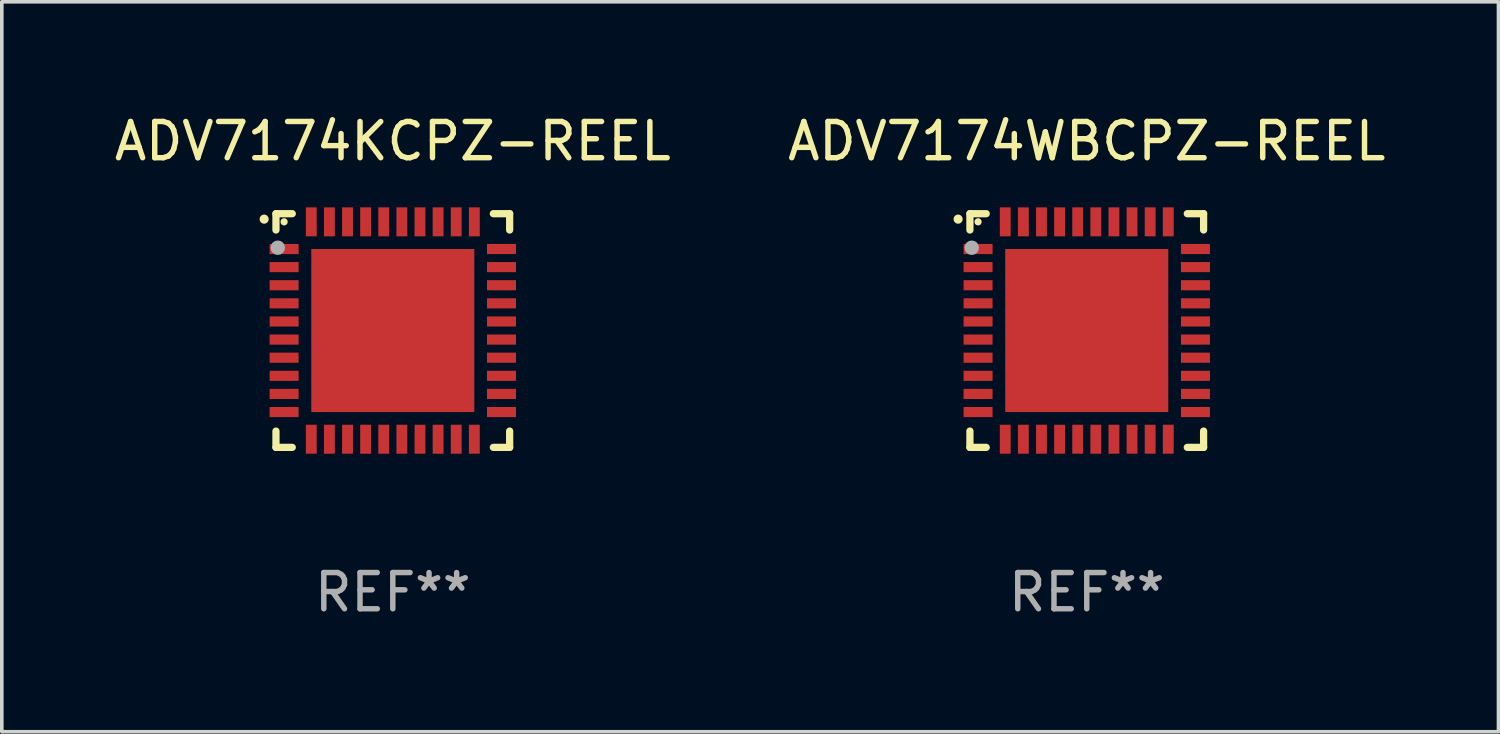
<source format=kicad_pcb>
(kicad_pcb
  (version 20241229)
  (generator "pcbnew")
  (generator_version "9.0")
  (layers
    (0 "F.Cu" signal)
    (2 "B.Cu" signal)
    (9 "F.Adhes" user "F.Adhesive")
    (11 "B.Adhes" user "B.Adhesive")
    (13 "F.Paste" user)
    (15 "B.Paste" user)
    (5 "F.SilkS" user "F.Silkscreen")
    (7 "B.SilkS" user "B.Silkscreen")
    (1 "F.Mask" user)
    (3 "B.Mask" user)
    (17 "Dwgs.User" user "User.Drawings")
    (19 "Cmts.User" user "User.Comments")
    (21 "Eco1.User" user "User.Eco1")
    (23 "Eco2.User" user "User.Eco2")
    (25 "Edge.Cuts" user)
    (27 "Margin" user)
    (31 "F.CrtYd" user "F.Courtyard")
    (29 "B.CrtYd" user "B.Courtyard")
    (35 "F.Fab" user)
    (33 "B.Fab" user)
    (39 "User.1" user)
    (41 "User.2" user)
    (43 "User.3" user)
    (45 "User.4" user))
  (footprint "ADV7174KCPZ-REEL"
    (layer "F.Cu")
    (at 7.792 6.073)
    (property "Reference" "ADV7174KCPZ-REEL" (at 0 -5.225 0) (layer "F.SilkS") (effects (font (size 1 1) (thickness 0.15))))
    (attr through_hole)
    (fp_line (start -3.225 -3.225) (end -2.775 -3.225) (stroke (width 0.2) (type solid)) (layer "F.SilkS"))
    (fp_line (start -3.225 -2.775) (end -3.225 -3.225) (stroke (width 0.2) (type solid)) (layer "F.SilkS"))
    (fp_line (start -3.225 2.775) (end -3.225 3.225) (stroke (width 0.2) (type solid)) (layer "F.SilkS"))
    (fp_line (start -3.225 3.225) (end -2.775 3.225) (stroke (width 0.2) (type solid)) (layer "F.SilkS"))
    (fp_line (start 2.775 -3.225) (end 3.225 -3.225) (stroke (width 0.2) (type solid)) (layer "F.SilkS"))
    (fp_line (start 2.775 3.225) (end 3.225 3.225) (stroke (width 0.2) (type solid)) (layer "F.SilkS"))
    (fp_line (start 3.225 -3.225) (end 3.225 -2.775) (stroke (width 0.2) (type solid)) (layer "F.SilkS"))
    (fp_line (start 3.225 3.225) (end 3.225 2.775) (stroke (width 0.2) (type solid)) (layer "F.SilkS"))
    (fp_arc (start -3.55094 -3.073406) (mid -3.550946 -3.074676) (end -3.55094 -3.075946) (stroke (width 0.25) (type solid)) (layer "F.SilkS"))
    (fp_circle (center -3 -3) (end -2.95 -3) (stroke (width 0.1) (type solid)) (fill no) (layer "F.SilkS"))
    (fp_circle (center -3.175 -2.286) (end -3.075 -2.286) (stroke (width 0.2) (type solid)) (fill no) (layer "F.Fab"))
    (fp_text user "REF**" (at 0 7.225 0) (layer "F.Fab") (effects (font (size 1 1) (thickness 0.15))))
    (pad "1" smd rect (at -3 -2.25) (size 0.8 0.28) (layers "F.Cu" "F.Mask" "F.Paste"))
    (pad "2" smd rect (at -3 -1.75) (size 0.8 0.28) (layers "F.Cu" "F.Mask" "F.Paste"))
    (pad "3" smd rect (at -3 -1.25) (size 0.8 0.28) (layers "F.Cu" "F.Mask" "F.Paste"))
    (pad "4" smd rect (at -3 -0.75) (size 0.8 0.28) (layers "F.Cu" "F.Mask" "F.Paste"))
    (pad "5" smd rect (at -3 -0.25) (size 0.8 0.28) (layers "F.Cu" "F.Mask" "F.Paste"))
    (pad "6" smd rect (at -3 0.25) (size 0.8 0.28) (layers "F.Cu" "F.Mask" "F.Paste"))
    (pad "7" smd rect (at -3 0.75) (size 0.8 0.28) (layers "F.Cu" "F.Mask" "F.Paste"))
    (pad "8" smd rect (at -3 1.25) (size 0.8 0.28) (layers "F.Cu" "F.Mask" "F.Paste"))
    (pad "9" smd rect (at -3 1.75) (size 0.8 0.28) (layers "F.Cu" "F.Mask" "F.Paste"))
    (pad "10" smd rect (at -3 2.25) (size 0.8 0.28) (layers "F.Cu" "F.Mask" "F.Paste"))
    (pad "11" smd rect (at -2.25 3) (size 0.3 0.8) (layers "F.Cu" "F.Mask" "F.Paste"))
    (pad "12" smd rect (at -1.75 3) (size 0.3 0.8) (layers "F.Cu" "F.Mask" "F.Paste"))
    (pad "13" smd rect (at -1.25 3) (size 0.3 0.8) (layers "F.Cu" "F.Mask" "F.Paste"))
    (pad "14" smd rect (at -0.75 3) (size 0.3 0.8) (layers "F.Cu" "F.Mask" "F.Paste"))
    (pad "15" smd rect (at -0.25 3) (size 0.3 0.8) (layers "F.Cu" "F.Mask" "F.Paste"))
    (pad "16" smd rect (at 0.25 3) (size 0.3 0.8) (layers "F.Cu" "F.Mask" "F.Paste"))
    (pad "17" smd rect (at 0.75 3) (size 0.3 0.8) (layers "F.Cu" "F.Mask" "F.Paste"))
    (pad "18" smd rect (at 1.25 3) (size 0.3 0.8) (layers "F.Cu" "F.Mask" "F.Paste"))
    (pad "19" smd rect (at 1.75 3) (size 0.3 0.8) (layers "F.Cu" "F.Mask" "F.Paste"))
    (pad "20" smd rect (at 2.25 3) (size 0.3 0.8) (layers "F.Cu" "F.Mask" "F.Paste"))
    (pad "21" smd rect (at 3 2.25) (size 0.8 0.28) (layers "F.Cu" "F.Mask" "F.Paste"))
    (pad "22" smd rect (at 3 1.75) (size 0.8 0.28) (layers "F.Cu" "F.Mask" "F.Paste"))
    (pad "23" smd rect (at 3 1.25) (size 0.8 0.28) (layers "F.Cu" "F.Mask" "F.Paste"))
    (pad "24" smd rect (at 3 0.75) (size 0.8 0.28) (layers "F.Cu" "F.Mask" "F.Paste"))
    (pad "25" smd rect (at 3 0.25) (size 0.8 0.28) (layers "F.Cu" "F.Mask" "F.Paste"))
    (pad "26" smd rect (at 3 -0.25) (size 0.8 0.28) (layers "F.Cu" "F.Mask" "F.Paste"))
    (pad "27" smd rect (at 3 -0.75) (size 0.8 0.28) (layers "F.Cu" "F.Mask" "F.Paste"))
    (pad "28" smd rect (at 3 -1.25) (size 0.8 0.28) (layers "F.Cu" "F.Mask" "F.Paste"))
    (pad "29" smd rect (at 3 -1.75) (size 0.8 0.28) (layers "F.Cu" "F.Mask" "F.Paste"))
    (pad "30" smd rect (at 3 -2.25) (size 0.8 0.28) (layers "F.Cu" "F.Mask" "F.Paste"))
    (pad "31" smd rect (at 2.25 -3) (size 0.3 0.8) (layers "F.Cu" "F.Mask" "F.Paste"))
    (pad "32" smd rect (at 1.75 -3) (size 0.3 0.8) (layers "F.Cu" "F.Mask" "F.Paste"))
    (pad "33" smd rect (at 1.25 -3) (size 0.3 0.8) (layers "F.Cu" "F.Mask" "F.Paste"))
    (pad "34" smd rect (at 0.75 -3) (size 0.3 0.8) (layers "F.Cu" "F.Mask" "F.Paste"))
    (pad "35" smd rect (at 0.25 -3) (size 0.3 0.8) (layers "F.Cu" "F.Mask" "F.Paste"))
    (pad "36" smd rect (at -0.25 -3) (size 0.3 0.8) (layers "F.Cu" "F.Mask" "F.Paste"))
    (pad "37" smd rect (at -0.75 -3) (size 0.3 0.8) (layers "F.Cu" "F.Mask" "F.Paste"))
    (pad "38" smd rect (at -1.25 -3) (size 0.3 0.8) (layers "F.Cu" "F.Mask" "F.Paste"))
    (pad "39" smd rect (at -1.75 -3) (size 0.3 0.8) (layers "F.Cu" "F.Mask" "F.Paste"))
    (pad "40" smd rect (at -2.25 -3) (size 0.3 0.8) (layers "F.Cu" "F.Mask" "F.Paste"))
    (pad "41" smd rect (at -0.000013 0) (size 4.5 4.5) (layers "F.Cu" "F.Mask" "F.Paste")))
  (footprint "ADV7174WBCPZ-REEL"
    (layer "F.Cu")
    (at 26.946 6.073)
    (property "Reference" "ADV7174WBCPZ-REEL" (at 0 -5.225 0) (layer "F.SilkS") (effects (font (size 1 1) (thickness 0.15))))
    (attr through_hole)
    (fp_line (start -3.225 -3.225) (end -2.775 -3.225) (stroke (width 0.2) (type solid)) (layer "F.SilkS"))
    (fp_line (start -3.225 -2.775) (end -3.225 -3.225) (stroke (width 0.2) (type solid)) (layer "F.SilkS"))
    (fp_line (start -3.225 2.775) (end -3.225 3.225) (stroke (width 0.2) (type solid)) (layer "F.SilkS"))
    (fp_line (start -3.225 3.225) (end -2.775 3.225) (stroke (width 0.2) (type solid)) (layer "F.SilkS"))
    (fp_line (start 2.775 -3.225) (end 3.225 -3.225) (stroke (width 0.2) (type solid)) (layer "F.SilkS"))
    (fp_line (start 2.775 3.225) (end 3.225 3.225) (stroke (width 0.2) (type solid)) (layer "F.SilkS"))
    (fp_line (start 3.225 -3.225) (end 3.225 -2.775) (stroke (width 0.2) (type solid)) (layer "F.SilkS"))
    (fp_line (start 3.225 3.225) (end 3.225 2.775) (stroke (width 0.2) (type solid)) (layer "F.SilkS"))
    (fp_arc (start -3.55094 -3.073406) (mid -3.550946 -3.074676) (end -3.55094 -3.075946) (stroke (width 0.25) (type solid)) (layer "F.SilkS"))
    (fp_circle (center -3 -3) (end -2.95 -3) (stroke (width 0.1) (type solid)) (fill no) (layer "F.SilkS"))
    (fp_circle (center -3.175 -2.286) (end -3.075 -2.286) (stroke (width 0.2) (type solid)) (fill no) (layer "F.Fab"))
    (fp_text user "REF**" (at 0 7.225 0) (layer "F.Fab") (effects (font (size 1 1) (thickness 0.15))))
    (pad "1" smd rect (at -3 -2.25) (size 0.8 0.28) (layers "F.Cu" "F.Mask" "F.Paste"))
    (pad "2" smd rect (at -3 -1.75) (size 0.8 0.28) (layers "F.Cu" "F.Mask" "F.Paste"))
    (pad "3" smd rect (at -3 -1.25) (size 0.8 0.28) (layers "F.Cu" "F.Mask" "F.Paste"))
    (pad "4" smd rect (at -3 -0.75) (size 0.8 0.28) (layers "F.Cu" "F.Mask" "F.Paste"))
    (pad "5" smd rect (at -3 -0.25) (size 0.8 0.28) (layers "F.Cu" "F.Mask" "F.Paste"))
    (pad "6" smd rect (at -3 0.25) (size 0.8 0.28) (layers "F.Cu" "F.Mask" "F.Paste"))
    (pad "7" smd rect (at -3 0.75) (size 0.8 0.28) (layers "F.Cu" "F.Mask" "F.Paste"))
    (pad "8" smd rect (at -3 1.25) (size 0.8 0.28) (layers "F.Cu" "F.Mask" "F.Paste"))
    (pad "9" smd rect (at -3 1.75) (size 0.8 0.28) (layers "F.Cu" "F.Mask" "F.Paste"))
    (pad "10" smd rect (at -3 2.25) (size 0.8 0.28) (layers "F.Cu" "F.Mask" "F.Paste"))
    (pad "11" smd rect (at -2.25 3) (size 0.3 0.8) (layers "F.Cu" "F.Mask" "F.Paste"))
    (pad "12" smd rect (at -1.75 3) (size 0.3 0.8) (layers "F.Cu" "F.Mask" "F.Paste"))
    (pad "13" smd rect (at -1.25 3) (size 0.3 0.8) (layers "F.Cu" "F.Mask" "F.Paste"))
    (pad "14" smd rect (at -0.75 3) (size 0.3 0.8) (layers "F.Cu" "F.Mask" "F.Paste"))
    (pad "15" smd rect (at -0.25 3) (size 0.3 0.8) (layers "F.Cu" "F.Mask" "F.Paste"))
    (pad "16" smd rect (at 0.25 3) (size 0.3 0.8) (layers "F.Cu" "F.Mask" "F.Paste"))
    (pad "17" smd rect (at 0.75 3) (size 0.3 0.8) (layers "F.Cu" "F.Mask" "F.Paste"))
    (pad "18" smd rect (at 1.25 3) (size 0.3 0.8) (layers "F.Cu" "F.Mask" "F.Paste"))
    (pad "19" smd rect (at 1.75 3) (size 0.3 0.8) (layers "F.Cu" "F.Mask" "F.Paste"))
    (pad "20" smd rect (at 2.25 3) (size 0.3 0.8) (layers "F.Cu" "F.Mask" "F.Paste"))
    (pad "21" smd rect (at 3 2.25) (size 0.8 0.28) (layers "F.Cu" "F.Mask" "F.Paste"))
    (pad "22" smd rect (at 3 1.75) (size 0.8 0.28) (layers "F.Cu" "F.Mask" "F.Paste"))
    (pad "23" smd rect (at 3 1.25) (size 0.8 0.28) (layers "F.Cu" "F.Mask" "F.Paste"))
    (pad "24" smd rect (at 3 0.75) (size 0.8 0.28) (layers "F.Cu" "F.Mask" "F.Paste"))
    (pad "25" smd rect (at 3 0.25) (size 0.8 0.28) (layers "F.Cu" "F.Mask" "F.Paste"))
    (pad "26" smd rect (at 3 -0.25) (size 0.8 0.28) (layers "F.Cu" "F.Mask" "F.Paste"))
    (pad "27" smd rect (at 3 -0.75) (size 0.8 0.28) (layers "F.Cu" "F.Mask" "F.Paste"))
    (pad "28" smd rect (at 3 -1.25) (size 0.8 0.28) (layers "F.Cu" "F.Mask" "F.Paste"))
    (pad "29" smd rect (at 3 -1.75) (size 0.8 0.28) (layers "F.Cu" "F.Mask" "F.Paste"))
    (pad "30" smd rect (at 3 -2.25) (size 0.8 0.28) (layers "F.Cu" "F.Mask" "F.Paste"))
    (pad "31" smd rect (at 2.25 -3) (size 0.3 0.8) (layers "F.Cu" "F.Mask" "F.Paste"))
    (pad "32" smd rect (at 1.75 -3) (size 0.3 0.8) (layers "F.Cu" "F.Mask" "F.Paste"))
    (pad "33" smd rect (at 1.25 -3) (size 0.3 0.8) (layers "F.Cu" "F.Mask" "F.Paste"))
    (pad "34" smd rect (at 0.75 -3) (size 0.3 0.8) (layers "F.Cu" "F.Mask" "F.Paste"))
    (pad "35" smd rect (at 0.25 -3) (size 0.3 0.8) (layers "F.Cu" "F.Mask" "F.Paste"))
    (pad "36" smd rect (at -0.25 -3) (size 0.3 0.8) (layers "F.Cu" "F.Mask" "F.Paste"))
    (pad "37" smd rect (at -0.75 -3) (size 0.3 0.8) (layers "F.Cu" "F.Mask" "F.Paste"))
    (pad "38" smd rect (at -1.25 -3) (size 0.3 0.8) (layers "F.Cu" "F.Mask" "F.Paste"))
    (pad "39" smd rect (at -1.75 -3) (size 0.3 0.8) (layers "F.Cu" "F.Mask" "F.Paste"))
    (pad "40" smd rect (at -2.25 -3) (size 0.3 0.8) (layers "F.Cu" "F.Mask" "F.Paste"))
    (pad "41" smd rect (at -0.000013 0) (size 4.5 4.5) (layers "F.Cu" "F.Mask" "F.Paste")))
  (gr_rect
    (start -3 -3)
    (end 38.31 17.147)
    (stroke (width 0.1) (type default))
    (fill no)
    (layer "Edge.Cuts")))
</source>
